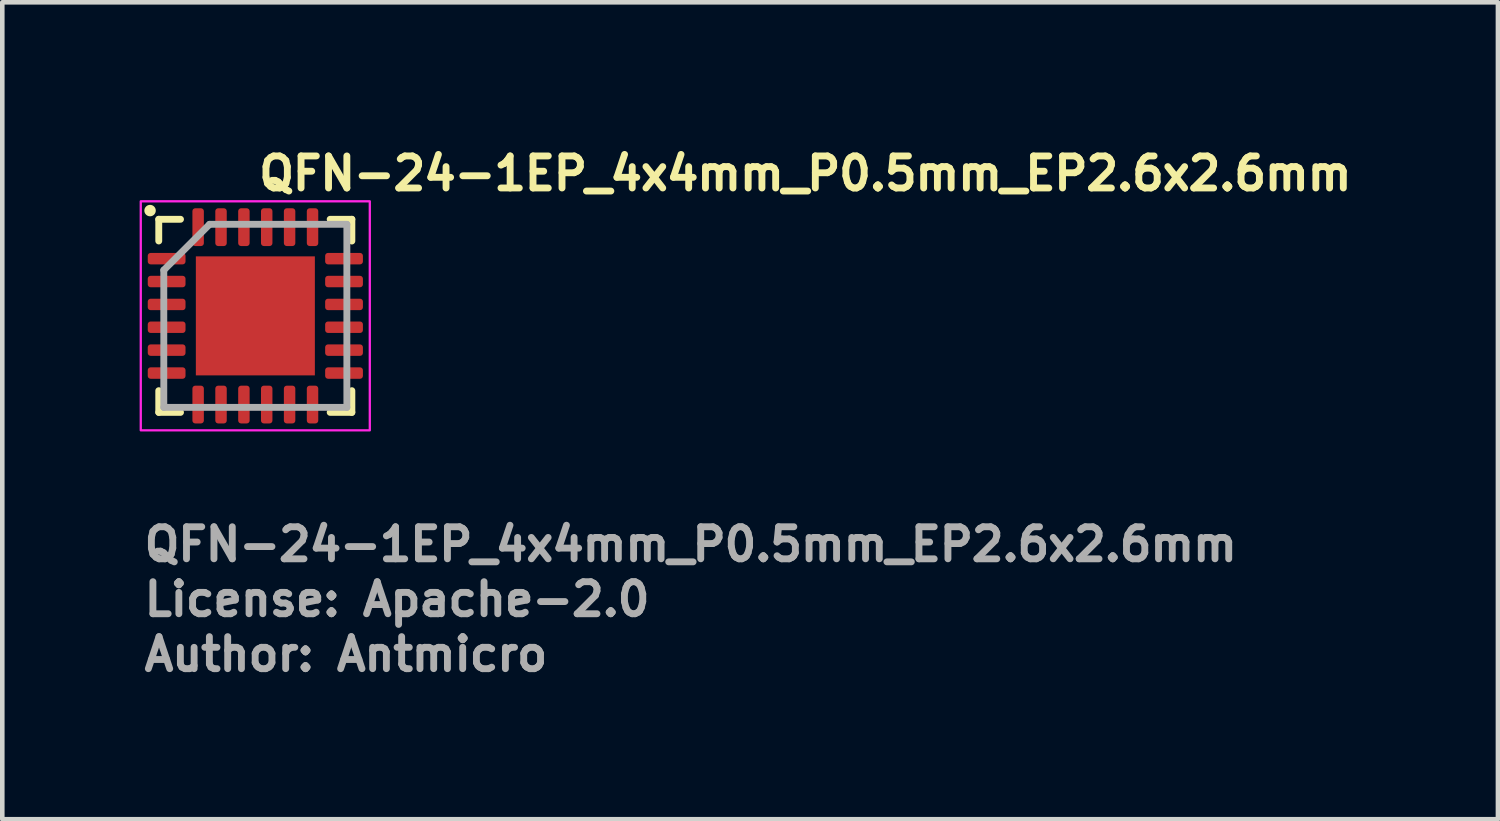
<source format=kicad_pcb>
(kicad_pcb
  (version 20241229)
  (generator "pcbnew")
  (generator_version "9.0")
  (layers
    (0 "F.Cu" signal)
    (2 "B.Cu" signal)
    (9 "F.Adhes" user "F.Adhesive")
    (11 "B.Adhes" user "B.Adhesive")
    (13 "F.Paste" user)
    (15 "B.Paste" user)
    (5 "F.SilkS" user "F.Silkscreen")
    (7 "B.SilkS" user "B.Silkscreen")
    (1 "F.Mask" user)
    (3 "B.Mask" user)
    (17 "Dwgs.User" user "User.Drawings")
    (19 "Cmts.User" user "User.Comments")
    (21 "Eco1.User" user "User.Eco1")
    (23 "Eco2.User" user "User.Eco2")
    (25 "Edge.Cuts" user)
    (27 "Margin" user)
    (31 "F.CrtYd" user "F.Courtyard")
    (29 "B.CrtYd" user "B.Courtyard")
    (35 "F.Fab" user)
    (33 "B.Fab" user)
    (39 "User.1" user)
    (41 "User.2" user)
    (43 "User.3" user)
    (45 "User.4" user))
  (footprint "QFN-24-1EP_4x4mm_P0.5mm_EP2.6x2.6mm"
    (layer "F.Cu")
    (at 2.528 3.85)
    (property "Reference" "QFN-24-1EP_4x4mm_P0.5mm_EP2.6x2.6mm" (at 0 -2.7 0) (layer "F.SilkS") (effects (font (size 0.7 0.7) (thickness 0.15)) (justify left bottom)))
    (attr smd)
    (fp_line (start -2.11 -1.636) (end -2.11 -2.11) (stroke (width 0.15) (type solid)) (layer "F.SilkS"))
    (fp_line (start -2.11 2.108) (end -2.11 1.634) (stroke (width 0.15) (type solid)) (layer "F.SilkS"))
    (fp_line (start -1.635 -2.11) (end -2.11 -2.11) (stroke (width 0.15) (type solid)) (layer "F.SilkS"))
    (fp_line (start -1.635 2.108) (end -2.11 2.108) (stroke (width 0.15) (type solid)) (layer "F.SilkS"))
    (fp_line (start 1.634 -2.11) (end 2.108 -2.11) (stroke (width 0.15) (type solid)) (layer "F.SilkS"))
    (fp_line (start 1.634 2.108) (end 2.108 2.108) (stroke (width 0.15) (type solid)) (layer "F.SilkS"))
    (fp_line (start 2.108 -2.11) (end 2.108 -1.635) (stroke (width 0.15) (type solid)) (layer "F.SilkS"))
    (fp_line (start 2.108 2.108) (end 2.108 1.634) (stroke (width 0.15) (type solid)) (layer "F.SilkS"))
    (fp_circle (center -2.3 -2.3) (end -2.25 -2.3) (stroke (width 0.15) (type solid)) (fill yes) (layer "F.SilkS"))
    (fp_rect (start -2.503 -2.503) (end 2.5 2.5) (stroke (width 0.05) (type solid)) (fill no) (layer "F.CrtYd"))
    (fp_line (start -2 -1) (end -1 -2) (stroke (width 0.15) (type solid)) (layer "F.Fab"))
    (fp_line (start -2 1.999) (end -2 -1) (stroke (width 0.15) (type solid)) (layer "F.Fab"))
    (fp_line (start -1 -2) (end 1.999 -2) (stroke (width 0.15) (type solid)) (layer "F.Fab"))
    (fp_line (start 1.999 -2) (end 1.999 1.999) (stroke (width 0.15) (type solid)) (layer "F.Fab"))
    (fp_line (start 1.999 1.999) (end -2 1.999) (stroke (width 0.15) (type solid)) (layer "F.Fab"))
    (fp_rect (start -2.003 -2.003) (end 2 2) (stroke (width 0.1) (type solid)) (fill no) (layer "User.5"))
    (fp_line (start -2 -1.364) (end -1.999 -1.364) (stroke (width 0.02) (type solid)) (layer "User.9"))
    (fp_line (start -2 -1.134) (end -2 -1.364) (stroke (width 0.02) (type solid)) (layer "User.9"))
    (fp_line (start -2 -0.863) (end -1.999 -0.863) (stroke (width 0.02) (type solid)) (layer "User.9"))
    (fp_line (start -2 -0.633) (end -2 -0.863) (stroke (width 0.02) (type solid)) (layer "User.9"))
    (fp_line (start -2 -0.363) (end -1.999 -0.363) (stroke (width 0.02) (type solid)) (layer "User.9"))
    (fp_line (start -2 -0.135) (end -2 -0.363) (stroke (width 0.02) (type solid)) (layer "User.9"))
    (fp_line (start -2 0.137) (end -1.999 0.137) (stroke (width 0.02) (type solid)) (layer "User.9"))
    (fp_line (start -2 0.365) (end -2 0.137) (stroke (width 0.02) (type solid)) (layer "User.9"))
    (fp_line (start -2 0.635) (end -1.999 0.635) (stroke (width 0.02) (type solid)) (layer "User.9"))
    (fp_line (start -2 0.865) (end -2 0.635) (stroke (width 0.02) (type solid)) (layer "User.9"))
    (fp_line (start -2 1.135) (end -1.999 1.135) (stroke (width 0.02) (type solid)) (layer "User.9"))
    (fp_line (start -2 1.365) (end -2 1.135) (stroke (width 0.02) (type solid)) (layer "User.9"))
    (fp_line (start -1.999 -1.999) (end -1.999 2) (stroke (width 0.02) (type solid)) (layer "User.9"))
    (fp_line (start -1.999 -1.134) (end -2 -1.134) (stroke (width 0.02) (type solid)) (layer "User.9"))
    (fp_line (start -1.999 -0.633) (end -2 -0.633) (stroke (width 0.02) (type solid)) (layer "User.9"))
    (fp_line (start -1.999 -0.135) (end -2 -0.135) (stroke (width 0.02) (type solid)) (layer "User.9"))
    (fp_line (start -1.999 0.365) (end -2 0.365) (stroke (width 0.02) (type solid)) (layer "User.9"))
    (fp_line (start -1.999 0.865) (end -2 0.865) (stroke (width 0.02) (type solid)) (layer "User.9"))
    (fp_line (start -1.999 1.365) (end -2 1.365) (stroke (width 0.02) (type solid)) (layer "User.9"))
    (fp_line (start -1.999 2) (end 2 2) (stroke (width 0.02) (type solid)) (layer "User.9"))
    (fp_line (start -1.6 -1.499) (end -1.598 -1.493) (stroke (width 0.02) (type solid)) (layer "User.9"))
    (fp_line (start -1.598 -1.519) (end -1.598 -1.515) (stroke (width 0.02) (type solid)) (layer "User.9"))
    (fp_line (start -1.598 -1.515) (end -1.598 -1.513) (stroke (width 0.02) (type solid)) (layer "User.9"))
    (fp_line (start -1.598 -1.513) (end -1.598 -1.509) (stroke (width 0.02) (type solid)) (layer "User.9"))
    (fp_line (start -1.598 -1.509) (end -1.598 -1.505) (stroke (width 0.02) (type solid)) (layer "User.9"))
    (fp_line (start -1.598 -1.505) (end -1.598 -1.503) (stroke (width 0.02) (type solid)) (layer "User.9"))
    (fp_line (start -1.598 -1.503) (end -1.6 -1.499) (stroke (width 0.02) (type solid)) (layer "User.9"))
    (fp_line (start -1.598 -1.493) (end -1.598 -1.485) (stroke (width 0.02) (type solid)) (layer "User.9"))
    (fp_line (start -1.598 -1.485) (end -1.598 -1.479) (stroke (width 0.02) (type solid)) (layer "User.9"))
    (fp_line (start -1.598 -1.479) (end -1.596 -1.473) (stroke (width 0.02) (type solid)) (layer "User.9"))
    (fp_line (start -1.596 -1.525) (end -1.596 -1.521) (stroke (width 0.02) (type solid)) (layer "User.9"))
    (fp_line (start -1.596 -1.521) (end -1.598 -1.519) (stroke (width 0.02) (type solid)) (layer "User.9"))
    (fp_line (start -1.596 -1.473) (end -1.594 -1.467) (stroke (width 0.02) (type solid)) (layer "User.9"))
    (fp_line (start -1.594 -1.531) (end -1.594 -1.529) (stroke (width 0.02) (type solid)) (layer "User.9"))
    (fp_line (start -1.594 -1.529) (end -1.596 -1.525) (stroke (width 0.02) (type solid)) (layer "User.9"))
    (fp_line (start -1.594 -1.467) (end -1.592 -1.461) (stroke (width 0.02) (type solid)) (layer "User.9"))
    (fp_line (start -1.592 -1.538) (end -1.592 -1.535) (stroke (width 0.02) (type solid)) (layer "User.9"))
    (fp_line (start -1.592 -1.535) (end -1.594 -1.531) (stroke (width 0.02) (type solid)) (layer "User.9"))
    (fp_line (start -1.592 -1.461) (end -1.588 -1.455) (stroke (width 0.02) (type solid)) (layer "User.9"))
    (fp_line (start -1.59 -1.54) (end -1.592 -1.538) (stroke (width 0.02) (type solid)) (layer "User.9"))
    (fp_line (start -1.588 -1.546) (end -1.588 -1.544) (stroke (width 0.02) (type solid)) (layer "User.9"))
    (fp_line (start -1.588 -1.544) (end -1.59 -1.54) (stroke (width 0.02) (type solid)) (layer "User.9"))
    (fp_line (start -1.588 -1.455) (end -1.586 -1.449) (stroke (width 0.02) (type solid)) (layer "User.9"))
    (fp_line (start -1.586 -1.55) (end -1.588 -1.546) (stroke (width 0.02) (type solid)) (layer "User.9"))
    (fp_line (start -1.586 -1.449) (end -1.582 -1.443) (stroke (width 0.02) (type solid)) (layer "User.9"))
    (fp_line (start -1.584 -1.552) (end -1.586 -1.55) (stroke (width 0.02) (type solid)) (layer "User.9"))
    (fp_line (start -1.582 -1.554) (end -1.584 -1.552) (stroke (width 0.02) (type solid)) (layer "User.9"))
    (fp_line (start -1.582 -1.443) (end -1.578 -1.439) (stroke (width 0.02) (type solid)) (layer "User.9"))
    (fp_line (start -1.58 -1.558) (end -1.582 -1.554) (stroke (width 0.02) (type solid)) (layer "User.9"))
    (fp_line (start -1.578 -1.56) (end -1.58 -1.558) (stroke (width 0.02) (type solid)) (layer "User.9"))
    (fp_line (start -1.578 -1.439) (end -1.574 -1.433) (stroke (width 0.02) (type solid)) (layer "User.9"))
    (fp_line (start -1.576 -1.562) (end -1.578 -1.56) (stroke (width 0.02) (type solid)) (layer "User.9"))
    (fp_line (start -1.574 -1.564) (end -1.576 -1.562) (stroke (width 0.02) (type solid)) (layer "User.9"))
    (fp_line (start -1.574 -1.433) (end -1.57 -1.429) (stroke (width 0.02) (type solid)) (layer "User.9"))
    (fp_line (start -1.572 -1.568) (end -1.574 -1.564) (stroke (width 0.02) (type solid)) (layer "User.9"))
    (fp_line (start -1.57 -1.57) (end -1.572 -1.568) (stroke (width 0.02) (type solid)) (layer "User.9"))
    (fp_line (start -1.57 -1.429) (end -1.566 -1.423) (stroke (width 0.02) (type solid)) (layer "User.9"))
    (fp_line (start -1.568 -1.572) (end -1.57 -1.57) (stroke (width 0.02) (type solid)) (layer "User.9"))
    (fp_line (start -1.566 -1.574) (end -1.568 -1.572) (stroke (width 0.02) (type solid)) (layer "User.9"))
    (fp_line (start -1.566 -1.423) (end -1.56 -1.419) (stroke (width 0.02) (type solid)) (layer "User.9"))
    (fp_line (start -1.562 -1.576) (end -1.566 -1.574) (stroke (width 0.02) (type solid)) (layer "User.9"))
    (fp_line (start -1.56 -1.578) (end -1.562 -1.576) (stroke (width 0.02) (type solid)) (layer "User.9"))
    (fp_line (start -1.56 -1.419) (end -1.554 -1.415) (stroke (width 0.02) (type solid)) (layer "User.9"))
    (fp_line (start -1.558 -1.58) (end -1.56 -1.578) (stroke (width 0.02) (type solid)) (layer "User.9"))
    (fp_line (start -1.554 -1.582) (end -1.558 -1.58) (stroke (width 0.02) (type solid)) (layer "User.9"))
    (fp_line (start -1.554 -1.415) (end -1.55 -1.413) (stroke (width 0.02) (type solid)) (layer "User.9"))
    (fp_line (start -1.552 -1.584) (end -1.554 -1.582) (stroke (width 0.02) (type solid)) (layer "User.9"))
    (fp_line (start -1.55 -1.586) (end -1.552 -1.584) (stroke (width 0.02) (type solid)) (layer "User.9"))
    (fp_line (start -1.55 -1.586) (end -1.55 -1.586) (stroke (width 0.02) (type solid)) (layer "User.9"))
    (fp_line (start -1.55 -1.413) (end -1.55 -1.413) (stroke (width 0.02) (type solid)) (layer "User.9"))
    (fp_line (start -1.55 -1.413) (end -1.544 -1.409) (stroke (width 0.02) (type solid)) (layer "User.9"))
    (fp_line (start -1.544 -1.588) (end -1.55 -1.586) (stroke (width 0.02) (type solid)) (layer "User.9"))
    (fp_line (start -1.544 -1.409) (end -1.538 -1.406) (stroke (width 0.02) (type solid)) (layer "User.9"))
    (fp_line (start -1.538 -1.592) (end -1.544 -1.588) (stroke (width 0.02) (type solid)) (layer "User.9"))
    (fp_line (start -1.538 -1.406) (end -1.531 -1.404) (stroke (width 0.02) (type solid)) (layer "User.9"))
    (fp_line (start -1.531 -1.594) (end -1.538 -1.592) (stroke (width 0.02) (type solid)) (layer "User.9"))
    (fp_line (start -1.531 -1.404) (end -1.525 -1.402) (stroke (width 0.02) (type solid)) (layer "User.9"))
    (fp_line (start -1.525 -1.596) (end -1.531 -1.594) (stroke (width 0.02) (type solid)) (layer "User.9"))
    (fp_line (start -1.525 -1.402) (end -1.519 -1.4) (stroke (width 0.02) (type solid)) (layer "User.9"))
    (fp_line (start -1.519 -1.598) (end -1.525 -1.596) (stroke (width 0.02) (type solid)) (layer "User.9"))
    (fp_line (start -1.519 -1.4) (end -1.511 -1.4) (stroke (width 0.02) (type solid)) (layer "User.9"))
    (fp_line (start -1.511 -1.598) (end -1.519 -1.598) (stroke (width 0.02) (type solid)) (layer "User.9"))
    (fp_line (start -1.511 -1.4) (end -1.505 -1.4) (stroke (width 0.02) (type solid)) (layer "User.9"))
    (fp_line (start -1.505 -1.598) (end -1.511 -1.598) (stroke (width 0.02) (type solid)) (layer "User.9"))
    (fp_line (start -1.505 -1.4) (end -1.499 -1.398) (stroke (width 0.02) (type solid)) (layer "User.9"))
    (fp_line (start -1.499 -1.6) (end -1.505 -1.598) (stroke (width 0.02) (type solid)) (layer "User.9"))
    (fp_line (start -1.499 -1.398) (end -1.493 -1.4) (stroke (width 0.02) (type solid)) (layer "User.9"))
    (fp_line (start -1.493 -1.598) (end -1.499 -1.6) (stroke (width 0.02) (type solid)) (layer "User.9"))
    (fp_line (start -1.493 -1.4) (end -1.487 -1.4) (stroke (width 0.02) (type solid)) (layer "User.9"))
    (fp_line (start -1.487 -1.598) (end -1.493 -1.598) (stroke (width 0.02) (type solid)) (layer "User.9"))
    (fp_line (start -1.487 -1.4) (end -1.479 -1.4) (stroke (width 0.02) (type solid)) (layer "User.9"))
    (fp_line (start -1.479 -1.598) (end -1.487 -1.598) (stroke (width 0.02) (type solid)) (layer "User.9"))
    (fp_line (start -1.479 -1.4) (end -1.473 -1.402) (stroke (width 0.02) (type solid)) (layer "User.9"))
    (fp_line (start -1.473 -1.596) (end -1.479 -1.598) (stroke (width 0.02) (type solid)) (layer "User.9"))
    (fp_line (start -1.473 -1.402) (end -1.467 -1.404) (stroke (width 0.02) (type solid)) (layer "User.9"))
    (fp_line (start -1.467 -1.594) (end -1.473 -1.596) (stroke (width 0.02) (type solid)) (layer "User.9"))
    (fp_line (start -1.467 -1.404) (end -1.461 -1.406) (stroke (width 0.02) (type solid)) (layer "User.9"))
    (fp_line (start -1.461 -1.592) (end -1.467 -1.594) (stroke (width 0.02) (type solid)) (layer "User.9"))
    (fp_line (start -1.461 -1.406) (end -1.455 -1.409) (stroke (width 0.02) (type solid)) (layer "User.9"))
    (fp_line (start -1.455 -1.588) (end -1.461 -1.592) (stroke (width 0.02) (type solid)) (layer "User.9"))
    (fp_line (start -1.455 -1.409) (end -1.449 -1.413) (stroke (width 0.02) (type solid)) (layer "User.9"))
    (fp_line (start -1.449 -1.586) (end -1.455 -1.588) (stroke (width 0.02) (type solid)) (layer "User.9"))
    (fp_line (start -1.449 -1.586) (end -1.449 -1.586) (stroke (width 0.02) (type solid)) (layer "User.9"))
    (fp_line (start -1.449 -1.413) (end -1.449 -1.413) (stroke (width 0.02) (type solid)) (layer "User.9"))
    (fp_line (start -1.449 -1.413) (end -1.447 -1.415) (stroke (width 0.02) (type solid)) (layer "User.9"))
    (fp_line (start -1.447 -1.415) (end -1.443 -1.415) (stroke (width 0.02) (type solid)) (layer "User.9"))
    (fp_line (start -1.443 -1.582) (end -1.449 -1.586) (stroke (width 0.02) (type solid)) (layer "User.9"))
    (fp_line (start -1.443 -1.415) (end -1.441 -1.417) (stroke (width 0.02) (type solid)) (layer "User.9"))
    (fp_line (start -1.441 -1.417) (end -1.437 -1.419) (stroke (width 0.02) (type solid)) (layer "User.9"))
    (fp_line (start -1.437 -1.578) (end -1.443 -1.582) (stroke (width 0.02) (type solid)) (layer "User.9"))
    (fp_line (start -1.437 -1.419) (end -1.435 -1.421) (stroke (width 0.02) (type solid)) (layer "User.9"))
    (fp_line (start -1.435 -1.421) (end -1.433 -1.423) (stroke (width 0.02) (type solid)) (layer "User.9"))
    (fp_line (start -1.433 -1.574) (end -1.437 -1.578) (stroke (width 0.02) (type solid)) (layer "User.9"))
    (fp_line (start -1.433 -1.423) (end -1.431 -1.427) (stroke (width 0.02) (type solid)) (layer "User.9"))
    (fp_line (start -1.431 -1.427) (end -1.429 -1.429) (stroke (width 0.02) (type solid)) (layer "User.9"))
    (fp_line (start -1.429 -1.57) (end -1.433 -1.574) (stroke (width 0.02) (type solid)) (layer "User.9"))
    (fp_line (start -1.429 -1.429) (end -1.425 -1.431) (stroke (width 0.02) (type solid)) (layer "User.9"))
    (fp_line (start -1.425 -1.431) (end -1.423 -1.433) (stroke (width 0.02) (type solid)) (layer "User.9"))
    (fp_line (start -1.423 -1.564) (end -1.429 -1.57) (stroke (width 0.02) (type solid)) (layer "User.9"))
    (fp_line (start -1.423 -1.433) (end -1.421 -1.435) (stroke (width 0.02) (type solid)) (layer "User.9"))
    (fp_line (start -1.421 -1.435) (end -1.419 -1.439) (stroke (width 0.02) (type solid)) (layer "User.9"))
    (fp_line (start -1.419 -1.56) (end -1.423 -1.564) (stroke (width 0.02) (type solid)) (layer "User.9"))
    (fp_line (start -1.419 -1.439) (end -1.417 -1.441) (stroke (width 0.02) (type solid)) (layer "User.9"))
    (fp_line (start -1.417 -1.441) (end -1.415 -1.443) (stroke (width 0.02) (type solid)) (layer "User.9"))
    (fp_line (start -1.415 -1.554) (end -1.419 -1.56) (stroke (width 0.02) (type solid)) (layer "User.9"))
    (fp_line (start -1.415 -1.447) (end -1.413 -1.449) (stroke (width 0.02) (type solid)) (layer "User.9"))
    (fp_line (start -1.415 -1.443) (end -1.415 -1.447) (stroke (width 0.02) (type solid)) (layer "User.9"))
    (fp_line (start -1.413 -1.55) (end -1.415 -1.554) (stroke (width 0.02) (type solid)) (layer "User.9"))
    (fp_line (start -1.413 -1.449) (end -1.411 -1.451) (stroke (width 0.02) (type solid)) (layer "User.9"))
    (fp_line (start -1.411 -1.451) (end -1.409 -1.455) (stroke (width 0.02) (type solid)) (layer "User.9"))
    (fp_line (start -1.409 -1.544) (end -1.413 -1.55) (stroke (width 0.02) (type solid)) (layer "User.9"))
    (fp_line (start -1.409 -1.455) (end -1.407 -1.457) (stroke (width 0.02) (type solid)) (layer "User.9"))
    (fp_line (start -1.407 -1.457) (end -1.406 -1.461) (stroke (width 0.02) (type solid)) (layer "User.9"))
    (fp_line (start -1.406 -1.538) (end -1.409 -1.544) (stroke (width 0.02) (type solid)) (layer "User.9"))
    (fp_line (start -1.406 -1.463) (end -1.404 -1.467) (stroke (width 0.02) (type solid)) (layer "User.9"))
    (fp_line (start -1.406 -1.461) (end -1.406 -1.463) (stroke (width 0.02) (type solid)) (layer "User.9"))
    (fp_line (start -1.404 -1.531) (end -1.406 -1.538) (stroke (width 0.02) (type solid)) (layer "User.9"))
    (fp_line (start -1.404 -1.469) (end -1.402 -1.473) (stroke (width 0.02) (type solid)) (layer "User.9"))
    (fp_line (start -1.404 -1.467) (end -1.404 -1.469) (stroke (width 0.02) (type solid)) (layer "User.9"))
    (fp_line (start -1.402 -1.525) (end -1.404 -1.531) (stroke (width 0.02) (type solid)) (layer "User.9"))
    (fp_line (start -1.402 -1.477) (end -1.4 -1.479) (stroke (width 0.02) (type solid)) (layer "User.9"))
    (fp_line (start -1.402 -1.473) (end -1.402 -1.477) (stroke (width 0.02) (type solid)) (layer "User.9"))
    (fp_line (start -1.4 -1.519) (end -1.402 -1.525) (stroke (width 0.02) (type solid)) (layer "User.9"))
    (fp_line (start -1.4 -1.513) (end -1.4 -1.519) (stroke (width 0.02) (type solid)) (layer "User.9"))
    (fp_line (start -1.4 -1.505) (end -1.4 -1.513) (stroke (width 0.02) (type solid)) (layer "User.9"))
    (fp_line (start -1.4 -1.495) (end -1.398 -1.499) (stroke (width 0.02) (type solid)) (layer "User.9"))
    (fp_line (start -1.4 -1.493) (end -1.4 -1.495) (stroke (width 0.02) (type solid)) (layer "User.9"))
    (fp_line (start -1.4 -1.489) (end -1.4 -1.493) (stroke (width 0.02) (type solid)) (layer "User.9"))
    (fp_line (start -1.4 -1.485) (end -1.4 -1.489) (stroke (width 0.02) (type solid)) (layer "User.9"))
    (fp_line (start -1.4 -1.483) (end -1.4 -1.485) (stroke (width 0.02) (type solid)) (layer "User.9"))
    (fp_line (start -1.4 -1.479) (end -1.4 -1.483) (stroke (width 0.02) (type solid)) (layer "User.9"))
    (fp_line (start -1.398 -1.499) (end -1.4 -1.505) (stroke (width 0.02) (type solid)) (layer "User.9"))
    (fp_line (start -1.364 -2) (end -1.134 -2) (stroke (width 0.02) (type solid)) (layer "User.9"))
    (fp_line (start -1.364 -1.999) (end -1.364 -2) (stroke (width 0.02) (type solid)) (layer "User.9"))
    (fp_line (start -1.364 2) (end -1.364 2.003) (stroke (width 0.02) (type solid)) (layer "User.9"))
    (fp_line (start -1.364 2.003) (end -1.134 2.003) (stroke (width 0.02) (type solid)) (layer "User.9"))
    (fp_line (start -1.134 -2) (end -1.134 -1.999) (stroke (width 0.02) (type solid)) (layer "User.9"))
    (fp_line (start -1.134 2.003) (end -1.134 2) (stroke (width 0.02) (type solid)) (layer "User.9"))
    (fp_line (start -0.863 -2) (end -0.633 -2) (stroke (width 0.02) (type solid)) (layer "User.9"))
    (fp_line (start -0.863 -1.999) (end -0.863 -2) (stroke (width 0.02) (type solid)) (layer "User.9"))
    (fp_line (start -0.863 2) (end -0.863 2.003) (stroke (width 0.02) (type solid)) (layer "User.9"))
    (fp_line (start -0.863 2.003) (end -0.633 2.003) (stroke (width 0.02) (type solid)) (layer "User.9"))
    (fp_line (start -0.633 -2) (end -0.633 -1.999) (stroke (width 0.02) (type solid)) (layer "User.9"))
    (fp_line (start -0.633 2.003) (end -0.633 2) (stroke (width 0.02) (type solid)) (layer "User.9"))
    (fp_line (start -0.363 -2) (end -0.135 -2) (stroke (width 0.02) (type solid)) (layer "User.9"))
    (fp_line (start -0.363 -1.999) (end -0.363 -2) (stroke (width 0.02) (type solid)) (layer "User.9"))
    (fp_line (start -0.363 2) (end -0.363 2.003) (stroke (width 0.02) (type solid)) (layer "User.9"))
    (fp_line (start -0.363 2.003) (end -0.135 2.003) (stroke (width 0.02) (type solid)) (layer "User.9"))
    (fp_line (start -0.135 -2) (end -0.135 -1.999) (stroke (width 0.02) (type solid)) (layer "User.9"))
    (fp_line (start -0.135 2.003) (end -0.135 2) (stroke (width 0.02) (type solid)) (layer "User.9"))
    (fp_line (start 0.137 -2) (end 0.365 -2) (stroke (width 0.02) (type solid)) (layer "User.9"))
    (fp_line (start 0.137 -1.999) (end 0.137 -2) (stroke (width 0.02) (type solid)) (layer "User.9"))
    (fp_line (start 0.137 2) (end 0.137 2.003) (stroke (width 0.02) (type solid)) (layer "User.9"))
    (fp_line (start 0.137 2.003) (end 0.365 2.003) (stroke (width 0.02) (type solid)) (layer "User.9"))
    (fp_line (start 0.365 -2) (end 0.365 -1.999) (stroke (width 0.02) (type solid)) (layer "User.9"))
    (fp_line (start 0.365 2.003) (end 0.365 2) (stroke (width 0.02) (type solid)) (layer "User.9"))
    (fp_line (start 0.635 -2) (end 0.865 -2) (stroke (width 0.02) (type solid)) (layer "User.9"))
    (fp_line (start 0.635 -1.999) (end 0.635 -2) (stroke (width 0.02) (type solid)) (layer "User.9"))
    (fp_line (start 0.635 2) (end 0.635 2.003) (stroke (width 0.02) (type solid)) (layer "User.9"))
    (fp_line (start 0.635 2.003) (end 0.865 2.003) (stroke (width 0.02) (type solid)) (layer "User.9"))
    (fp_line (start 0.865 -2) (end 0.865 -1.999) (stroke (width 0.02) (type solid)) (layer "User.9"))
    (fp_line (start 0.865 2.003) (end 0.865 2) (stroke (width 0.02) (type solid)) (layer "User.9"))
    (fp_line (start 1.135 -2) (end 1.365 -2) (stroke (width 0.02) (type solid)) (layer "User.9"))
    (fp_line (start 1.135 -1.999) (end 1.135 -2) (stroke (width 0.02) (type solid)) (layer "User.9"))
    (fp_line (start 1.135 2) (end 1.135 2.003) (stroke (width 0.02) (type solid)) (layer "User.9"))
    (fp_line (start 1.135 2.003) (end 1.365 2.003) (stroke (width 0.02) (type solid)) (layer "User.9"))
    (fp_line (start 1.365 -2) (end 1.365 -1.999) (stroke (width 0.02) (type solid)) (layer "User.9"))
    (fp_line (start 1.365 2.003) (end 1.365 2) (stroke (width 0.02) (type solid)) (layer "User.9"))
    (fp_line (start 2 -1.999) (end -1.999 -1.999) (stroke (width 0.02) (type solid)) (layer "User.9"))
    (fp_line (start 2 -1.134) (end 2.003 -1.134) (stroke (width 0.02) (type solid)) (layer "User.9"))
    (fp_line (start 2 -0.633) (end 2.003 -0.633) (stroke (width 0.02) (type solid)) (layer "User.9"))
    (fp_line (start 2 -0.135) (end 2.003 -0.135) (stroke (width 0.02) (type solid)) (layer "User.9"))
    (fp_line (start 2 0.365) (end 2.003 0.365) (stroke (width 0.02) (type solid)) (layer "User.9"))
    (fp_line (start 2 0.865) (end 2.003 0.865) (stroke (width 0.02) (type solid)) (layer "User.9"))
    (fp_line (start 2 1.365) (end 2.003 1.365) (stroke (width 0.02) (type solid)) (layer "User.9"))
    (fp_line (start 2 2) (end 2 -1.999) (stroke (width 0.02) (type solid)) (layer "User.9"))
    (fp_line (start 2.003 -1.364) (end 2 -1.364) (stroke (width 0.02) (type solid)) (layer "User.9"))
    (fp_line (start 2.003 -1.134) (end 2.003 -1.364) (stroke (width 0.02) (type solid)) (layer "User.9"))
    (fp_line (start 2.003 -0.863) (end 2 -0.863) (stroke (width 0.02) (type solid)) (layer "User.9"))
    (fp_line (start 2.003 -0.633) (end 2.003 -0.863) (stroke (width 0.02) (type solid)) (layer "User.9"))
    (fp_line (start 2.003 -0.363) (end 2 -0.363) (stroke (width 0.02) (type solid)) (layer "User.9"))
    (fp_line (start 2.003 -0.135) (end 2.003 -0.363) (stroke (width 0.02) (type solid)) (layer "User.9"))
    (fp_line (start 2.003 0.137) (end 2 0.137) (stroke (width 0.02) (type solid)) (layer "User.9"))
    (fp_line (start 2.003 0.365) (end 2.003 0.137) (stroke (width 0.02) (type solid)) (layer "User.9"))
    (fp_line (start 2.003 0.635) (end 2 0.635) (stroke (width 0.02) (type solid)) (layer "User.9"))
    (fp_line (start 2.003 0.865) (end 2.003 0.635) (stroke (width 0.02) (type solid)) (layer "User.9"))
    (fp_line (start 2.003 1.135) (end 2 1.135) (stroke (width 0.02) (type solid)) (layer "User.9"))
    (fp_line (start 2.003 1.365) (end 2.003 1.135) (stroke (width 0.02) (type solid)) (layer "User.9"))
    (fp_text user "License: Apache-2.0" (at -2.503 6.6 0) (layer "F.Fab") (effects (font (size 0.7 0.7) (thickness 0.15)) (justify left bottom)))
    (fp_text user "Author: Antmicro" (at -2.503 7.8 0) (layer "F.Fab") (effects (font (size 0.7 0.7) (thickness 0.15)) (justify left bottom)))
    (fp_text user "${REFERENCE}" (at -2.503 5.4 0) (layer "F.Fab") (effects (font (size 0.7 0.7) (thickness 0.15)) (justify left bottom)))
    (pad "" smd roundrect (at -0.652 -0.652) (size 1.05 1.05) (layers "F.Paste") (roundrect_rratio 0.238))
    (pad "" smd roundrect (at -0.652 0.65) (size 1.05 1.05) (layers "F.Paste") (roundrect_rratio 0.238))
    (pad "" smd roundrect (at 0.65 -0.652) (size 1.05 1.05) (layers "F.Paste") (roundrect_rratio 0.238))
    (pad "" smd roundrect (at 0.65 0.65) (size 1.05 1.05) (layers "F.Paste") (roundrect_rratio 0.238))
    (pad "1" smd roundrect (at -1.938 -1.25) (size 0.825 0.25) (layers "F.Cu" "F.Mask" "F.Paste") (roundrect_rratio 0.25))
    (pad "2" smd roundrect (at -1.938 -0.75) (size 0.825 0.25) (layers "F.Cu" "F.Mask" "F.Paste") (roundrect_rratio 0.25))
    (pad "3" smd roundrect (at -1.938 -0.25) (size 0.825 0.25) (layers "F.Cu" "F.Mask" "F.Paste") (roundrect_rratio 0.25))
    (pad "4" smd roundrect (at -1.938 0.248) (size 0.825 0.25) (layers "F.Cu" "F.Mask" "F.Paste") (roundrect_rratio 0.25))
    (pad "5" smd roundrect (at -1.938 0.748) (size 0.825 0.25) (layers "F.Cu" "F.Mask" "F.Paste") (roundrect_rratio 0.25))
    (pad "6" smd roundrect (at -1.938 1.249) (size 0.825 0.25) (layers "F.Cu" "F.Mask" "F.Paste") (roundrect_rratio 0.25))
    (pad "7" smd roundrect (at -1.25 1.937) (size 0.25 0.825) (layers "F.Cu" "F.Mask" "F.Paste") (roundrect_rratio 0.25))
    (pad "8" smd roundrect (at -0.75 1.937) (size 0.25 0.825) (layers "F.Cu" "F.Mask" "F.Paste") (roundrect_rratio 0.25))
    (pad "9" smd roundrect (at -0.25 1.937) (size 0.25 0.825) (layers "F.Cu" "F.Mask" "F.Paste") (roundrect_rratio 0.25))
    (pad "10" smd roundrect (at 0.248 1.937) (size 0.25 0.825) (layers "F.Cu" "F.Mask" "F.Paste") (roundrect_rratio 0.25))
    (pad "11" smd roundrect (at 0.748 1.937) (size 0.25 0.825) (layers "F.Cu" "F.Mask" "F.Paste") (roundrect_rratio 0.25))
    (pad "12" smd roundrect (at 1.249 1.937) (size 0.25 0.825) (layers "F.Cu" "F.Mask" "F.Paste") (roundrect_rratio 0.25))
    (pad "13" smd roundrect (at 1.937 1.249) (size 0.825 0.25) (layers "F.Cu" "F.Mask" "F.Paste") (roundrect_rratio 0.25))
    (pad "14" smd roundrect (at 1.937 0.748) (size 0.825 0.25) (layers "F.Cu" "F.Mask" "F.Paste") (roundrect_rratio 0.25))
    (pad "15" smd roundrect (at 1.937 0.248) (size 0.825 0.25) (layers "F.Cu" "F.Mask" "F.Paste") (roundrect_rratio 0.25))
    (pad "16" smd roundrect (at 1.937 -0.25) (size 0.825 0.25) (layers "F.Cu" "F.Mask" "F.Paste") (roundrect_rratio 0.25))
    (pad "17" smd roundrect (at 1.937 -0.75) (size 0.825 0.25) (layers "F.Cu" "F.Mask" "F.Paste") (roundrect_rratio 0.25))
    (pad "18" smd roundrect (at 1.937 -1.25) (size 0.825 0.25) (layers "F.Cu" "F.Mask" "F.Paste") (roundrect_rratio 0.25))
    (pad "19" smd roundrect (at 1.249 -1.938) (size 0.25 0.825) (layers "F.Cu" "F.Mask" "F.Paste") (roundrect_rratio 0.25))
    (pad "20" smd roundrect (at 0.748 -1.938) (size 0.25 0.825) (layers "F.Cu" "F.Mask" "F.Paste") (roundrect_rratio 0.25))
    (pad "21" smd roundrect (at 0.248 -1.938) (size 0.25 0.825) (layers "F.Cu" "F.Mask" "F.Paste") (roundrect_rratio 0.25))
    (pad "22" smd roundrect (at -0.25 -1.938) (size 0.25 0.825) (layers "F.Cu" "F.Mask" "F.Paste") (roundrect_rratio 0.25))
    (pad "23" smd roundrect (at -0.75 -1.938) (size 0.25 0.825) (layers "F.Cu" "F.Mask" "F.Paste") (roundrect_rratio 0.25))
    (pad "24" smd roundrect (at -1.25 -1.938) (size 0.25 0.825) (layers "F.Cu" "F.Mask" "F.Paste") (roundrect_rratio 0.25))
    (pad "25" smd rect (at 0 0) (size 2.6 2.6) (layers "F.Cu" "F.Mask")))
  (gr_rect
    (start -3 -3)
    (end 29.671 14.845)
    (stroke (width 0.1) (type default))
    (fill no)
    (layer "Edge.Cuts")))
</source>
